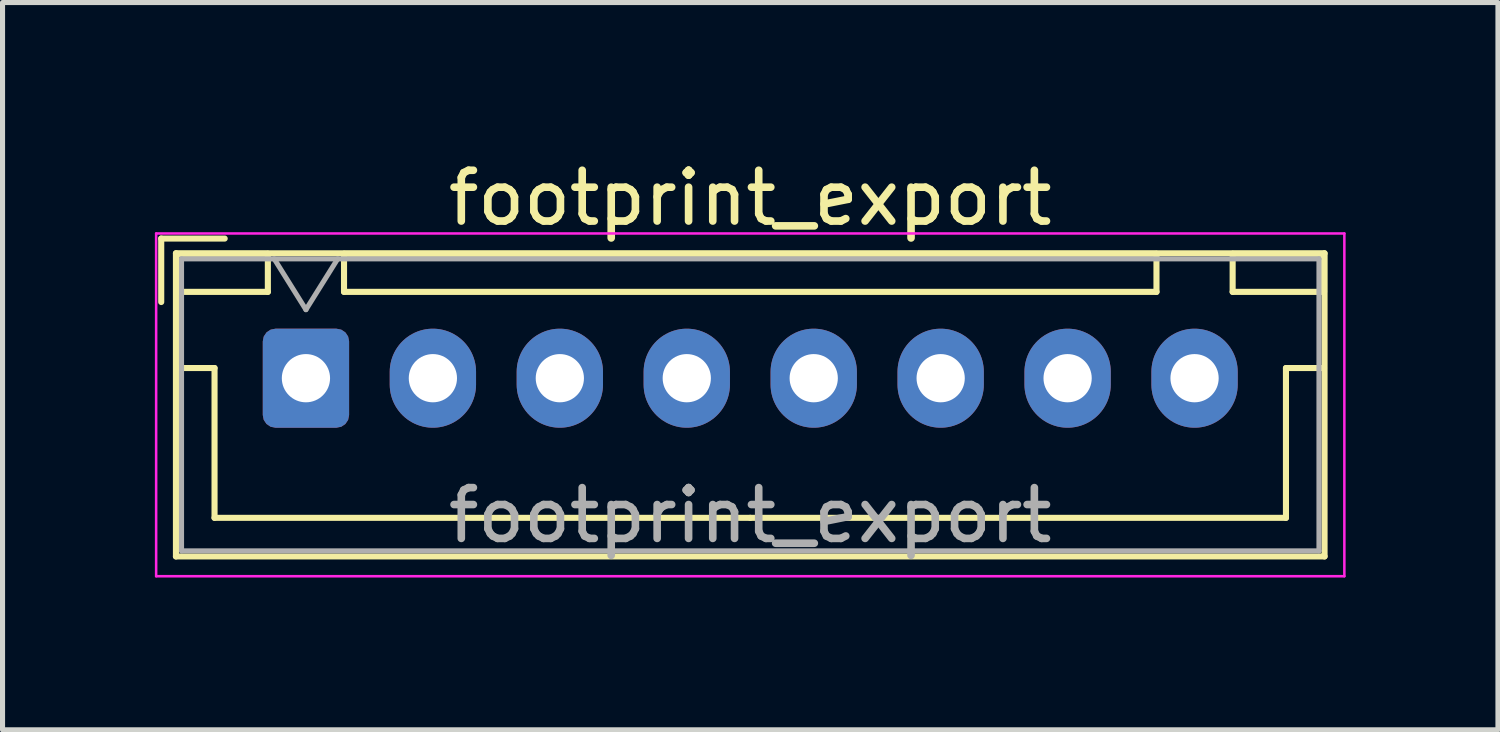
<source format=kicad_pcb>
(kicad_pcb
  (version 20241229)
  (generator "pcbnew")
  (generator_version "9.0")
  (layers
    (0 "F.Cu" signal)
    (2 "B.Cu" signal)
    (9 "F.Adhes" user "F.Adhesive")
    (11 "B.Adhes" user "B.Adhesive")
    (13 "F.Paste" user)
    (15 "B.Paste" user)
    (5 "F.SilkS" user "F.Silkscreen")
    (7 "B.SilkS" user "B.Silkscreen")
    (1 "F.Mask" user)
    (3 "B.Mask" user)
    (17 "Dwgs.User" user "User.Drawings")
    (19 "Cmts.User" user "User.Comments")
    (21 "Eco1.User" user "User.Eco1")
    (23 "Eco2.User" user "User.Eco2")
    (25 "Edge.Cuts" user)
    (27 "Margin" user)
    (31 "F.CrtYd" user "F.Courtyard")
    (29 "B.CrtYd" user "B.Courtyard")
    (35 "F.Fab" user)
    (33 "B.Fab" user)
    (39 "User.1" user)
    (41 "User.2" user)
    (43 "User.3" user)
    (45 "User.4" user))
  (footprint "footprint_export"
    (layer "F.Cu")
    (at 2.975 4.398)
    (property "Reference" "footprint_export" (at 8.75 -3.55 0) (layer "F.SilkS") (effects (font (size 1 1) (thickness 0.15))))
    (attr through_hole)
    (fp_line (start -2.85 -2.75) (end -2.85 -1.5) (stroke (width 0.12) (type solid)) (layer "F.SilkS"))
    (fp_line (start -2.56 -2.46) (end -2.56 3.51) (stroke (width 0.12) (type solid)) (layer "F.SilkS"))
    (fp_line (start -2.56 3.51) (end 20.06 3.51) (stroke (width 0.12) (type solid)) (layer "F.SilkS"))
    (fp_line (start -2.55 -2.45) (end -2.55 -1.7) (stroke (width 0.12) (type solid)) (layer "F.SilkS"))
    (fp_line (start -2.55 -1.7) (end -0.75 -1.7) (stroke (width 0.12) (type solid)) (layer "F.SilkS"))
    (fp_line (start -2.55 -0.2) (end -1.8 -0.2) (stroke (width 0.12) (type solid)) (layer "F.SilkS"))
    (fp_line (start -1.8 -0.2) (end -1.8 2.75) (stroke (width 0.12) (type solid)) (layer "F.SilkS"))
    (fp_line (start -1.8 2.75) (end 8.75 2.75) (stroke (width 0.12) (type solid)) (layer "F.SilkS"))
    (fp_line (start -1.6 -2.75) (end -2.85 -2.75) (stroke (width 0.12) (type solid)) (layer "F.SilkS"))
    (fp_line (start -0.75 -2.45) (end -2.55 -2.45) (stroke (width 0.12) (type solid)) (layer "F.SilkS"))
    (fp_line (start -0.75 -1.7) (end -0.75 -2.45) (stroke (width 0.12) (type solid)) (layer "F.SilkS"))
    (fp_line (start 0.75 -2.45) (end 0.75 -1.7) (stroke (width 0.12) (type solid)) (layer "F.SilkS"))
    (fp_line (start 0.75 -1.7) (end 16.75 -1.7) (stroke (width 0.12) (type solid)) (layer "F.SilkS"))
    (fp_line (start 16.75 -2.45) (end 0.75 -2.45) (stroke (width 0.12) (type solid)) (layer "F.SilkS"))
    (fp_line (start 16.75 -1.7) (end 16.75 -2.45) (stroke (width 0.12) (type solid)) (layer "F.SilkS"))
    (fp_line (start 18.25 -2.45) (end 18.25 -1.7) (stroke (width 0.12) (type solid)) (layer "F.SilkS"))
    (fp_line (start 18.25 -1.7) (end 20.05 -1.7) (stroke (width 0.12) (type solid)) (layer "F.SilkS"))
    (fp_line (start 19.3 -0.2) (end 19.3 2.75) (stroke (width 0.12) (type solid)) (layer "F.SilkS"))
    (fp_line (start 19.3 2.75) (end 8.75 2.75) (stroke (width 0.12) (type solid)) (layer "F.SilkS"))
    (fp_line (start 20.05 -2.45) (end 18.25 -2.45) (stroke (width 0.12) (type solid)) (layer "F.SilkS"))
    (fp_line (start 20.05 -1.7) (end 20.05 -2.45) (stroke (width 0.12) (type solid)) (layer "F.SilkS"))
    (fp_line (start 20.05 -0.2) (end 19.3 -0.2) (stroke (width 0.12) (type solid)) (layer "F.SilkS"))
    (fp_line (start 20.06 -2.46) (end -2.56 -2.46) (stroke (width 0.12) (type solid)) (layer "F.SilkS"))
    (fp_line (start 20.06 3.51) (end 20.06 -2.46) (stroke (width 0.12) (type solid)) (layer "F.SilkS"))
    (fp_line (start -2.95 -2.85) (end -2.95 3.9) (stroke (width 0.05) (type solid)) (layer "F.CrtYd"))
    (fp_line (start -2.95 3.9) (end 20.45 3.9) (stroke (width 0.05) (type solid)) (layer "F.CrtYd"))
    (fp_line (start 20.45 -2.85) (end -2.95 -2.85) (stroke (width 0.05) (type solid)) (layer "F.CrtYd"))
    (fp_line (start 20.45 3.9) (end 20.45 -2.85) (stroke (width 0.05) (type solid)) (layer "F.CrtYd"))
    (fp_line (start -2.45 -2.35) (end -2.45 3.4) (stroke (width 0.1) (type solid)) (layer "F.Fab"))
    (fp_line (start -2.45 3.4) (end 19.95 3.4) (stroke (width 0.1) (type solid)) (layer "F.Fab"))
    (fp_line (start -0.625 -2.35) (end 0 -1.35) (stroke (width 0.1) (type solid)) (layer "F.Fab"))
    (fp_line (start 0 -1.35) (end 0.625 -2.35) (stroke (width 0.1) (type solid)) (layer "F.Fab"))
    (fp_line (start 19.95 -2.35) (end -2.45 -2.35) (stroke (width 0.1) (type solid)) (layer "F.Fab"))
    (fp_line (start 19.95 3.4) (end 19.95 -2.35) (stroke (width 0.1) (type solid)) (layer "F.Fab"))
    (fp_text user "${REFERENCE}" (at 8.75 2.7 0) (layer "F.Fab") (effects (font (size 1 1) (thickness 0.15))))
    (pad "1" thru_hole roundrect (at 0 0) (size 1.7 1.95) (drill 0.95) (layers "*.Cu" "*.Mask") (roundrect_rratio 0.147))
    (pad "2" thru_hole oval (at 2.5 0) (size 1.7 1.95) (drill 0.95) (layers "*.Cu" "*.Mask"))
    (pad "3" thru_hole oval (at 5 0) (size 1.7 1.95) (drill 0.95) (layers "*.Cu" "*.Mask"))
    (pad "4" thru_hole oval (at 7.5 0) (size 1.7 1.95) (drill 0.95) (layers "*.Cu" "*.Mask"))
    (pad "5" thru_hole oval (at 10 0) (size 1.7 1.95) (drill 0.95) (layers "*.Cu" "*.Mask"))
    (pad "6" thru_hole oval (at 12.5 0) (size 1.7 1.95) (drill 0.95) (layers "*.Cu" "*.Mask"))
    (pad "7" thru_hole oval (at 15 0) (size 1.7 1.95) (drill 0.95) (layers "*.Cu" "*.Mask"))
    (pad "8" thru_hole oval (at 17.5 0) (size 1.7 1.95) (drill 0.95) (layers "*.Cu" "*.Mask")))
  (gr_rect
    (start -3 -3)
    (end 26.45 11.323)
    (stroke (width 0.1) (type default))
    (fill no)
    (layer "Edge.Cuts")))
</source>
